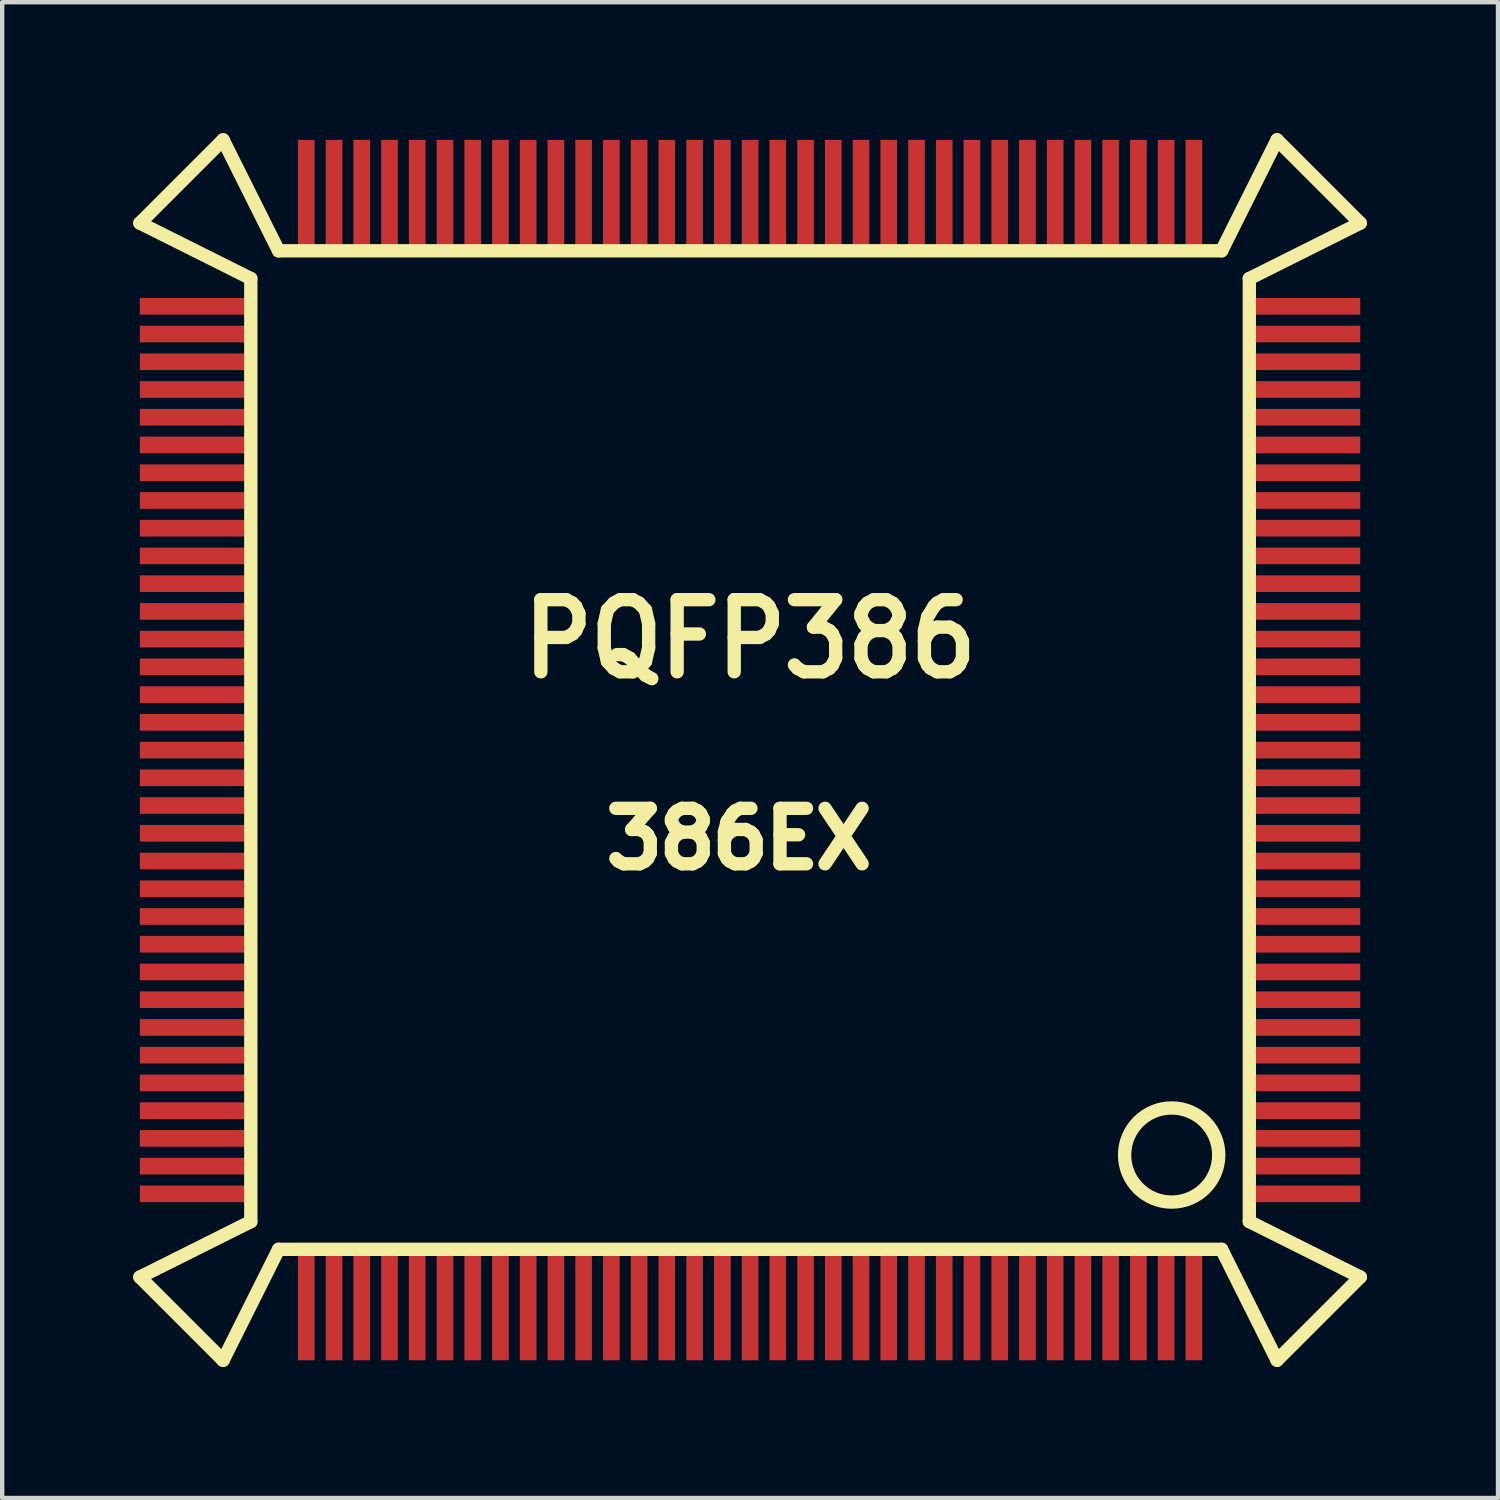
<source format=kicad_pcb>
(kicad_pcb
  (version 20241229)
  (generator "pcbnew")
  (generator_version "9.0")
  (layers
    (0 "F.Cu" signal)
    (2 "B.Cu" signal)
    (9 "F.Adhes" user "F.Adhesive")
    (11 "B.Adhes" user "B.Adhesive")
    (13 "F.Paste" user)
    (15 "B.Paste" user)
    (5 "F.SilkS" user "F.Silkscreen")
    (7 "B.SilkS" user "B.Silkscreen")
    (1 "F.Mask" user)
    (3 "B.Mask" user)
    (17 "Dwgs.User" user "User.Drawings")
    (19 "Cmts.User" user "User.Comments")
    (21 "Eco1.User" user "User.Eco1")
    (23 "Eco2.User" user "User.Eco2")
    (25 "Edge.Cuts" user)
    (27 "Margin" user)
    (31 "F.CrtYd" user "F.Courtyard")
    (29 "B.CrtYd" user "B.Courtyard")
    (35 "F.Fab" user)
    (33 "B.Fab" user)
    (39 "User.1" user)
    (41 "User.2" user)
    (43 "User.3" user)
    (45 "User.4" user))
  (footprint "PQFP386"
    (layer "F.Cu")
    (at 14.122 14.122)
    (property "Reference" "PQFP386" (at 0 -2.54 0) (layer "F.SilkS") (effects (font (size 1.651 1.524) (thickness 0.305))))
    (attr smd)
    (fp_line (start -13.97 -12.065) (end -11.43 -10.795) (stroke (width 0.305) (type solid)) (layer "F.SilkS"))
    (fp_line (start -13.97 12.065) (end -12.065 13.97) (stroke (width 0.305) (type solid)) (layer "F.SilkS"))
    (fp_line (start -12.065 -13.97) (end -13.97 -12.065) (stroke (width 0.305) (type solid)) (layer "F.SilkS"))
    (fp_line (start -12.065 13.97) (end -10.795 11.43) (stroke (width 0.305) (type solid)) (layer "F.SilkS"))
    (fp_line (start -11.43 -10.795) (end -11.43 10.795) (stroke (width 0.305) (type solid)) (layer "F.SilkS"))
    (fp_line (start -11.43 10.795) (end -13.97 12.065) (stroke (width 0.305) (type solid)) (layer "F.SilkS"))
    (fp_line (start -10.795 -11.43) (end -12.065 -13.97) (stroke (width 0.305) (type solid)) (layer "F.SilkS"))
    (fp_line (start -10.795 11.43) (end 10.795 11.43) (stroke (width 0.305) (type solid)) (layer "F.SilkS"))
    (fp_line (start 10.795 -11.43) (end -10.795 -11.43) (stroke (width 0.305) (type solid)) (layer "F.SilkS"))
    (fp_line (start 10.795 11.43) (end 12.065 13.97) (stroke (width 0.305) (type solid)) (layer "F.SilkS"))
    (fp_line (start 11.43 -10.795) (end 13.97 -12.065) (stroke (width 0.305) (type solid)) (layer "F.SilkS"))
    (fp_line (start 11.43 10.795) (end 11.43 -10.795) (stroke (width 0.305) (type solid)) (layer "F.SilkS"))
    (fp_line (start 12.065 -13.97) (end 10.795 -11.43) (stroke (width 0.305) (type solid)) (layer "F.SilkS"))
    (fp_line (start 12.065 13.97) (end 13.97 12.065) (stroke (width 0.305) (type solid)) (layer "F.SilkS"))
    (fp_line (start 13.97 -12.065) (end 12.065 -13.97) (stroke (width 0.305) (type solid)) (layer "F.SilkS"))
    (fp_line (start 13.97 12.065) (end 11.43 10.795) (stroke (width 0.305) (type solid)) (layer "F.SilkS"))
    (fp_circle (center 9.652 9.271) (end 10.414 10.033) (stroke (width 0.305) (type solid)) (fill no) (layer "F.SilkS"))
    (fp_text user "386EX" (at -0.254 2.032 0) (layer "F.SilkS") (effects (font (size 1.27 1.273) (thickness 0.305))))
    (pad "1" smd rect (at 12.7 10.16) (size 2.54 0.381) (layers "F.Cu" "F.Mask" "F.Paste"))
    (pad "2" smd rect (at 12.7 9.525) (size 2.54 0.381) (layers "F.Cu" "F.Mask" "F.Paste"))
    (pad "3" smd rect (at 12.7 8.89) (size 2.54 0.381) (layers "F.Cu" "F.Mask" "F.Paste"))
    (pad "4" smd rect (at 12.7 8.255) (size 2.54 0.381) (layers "F.Cu" "F.Mask" "F.Paste"))
    (pad "5" smd rect (at 12.7 7.62) (size 2.54 0.381) (layers "F.Cu" "F.Mask" "F.Paste"))
    (pad "6" smd rect (at 12.7 6.985) (size 2.54 0.381) (layers "F.Cu" "F.Mask" "F.Paste"))
    (pad "7" smd rect (at 12.7 6.35) (size 2.54 0.381) (layers "F.Cu" "F.Mask" "F.Paste"))
    (pad "8" smd rect (at 12.7 5.715) (size 2.54 0.381) (layers "F.Cu" "F.Mask" "F.Paste"))
    (pad "9" smd rect (at 12.7 5.08) (size 2.54 0.381) (layers "F.Cu" "F.Mask" "F.Paste"))
    (pad "10" smd rect (at 12.7 4.445) (size 2.54 0.381) (layers "F.Cu" "F.Mask" "F.Paste"))
    (pad "11" smd rect (at 12.7 3.81) (size 2.54 0.381) (layers "F.Cu" "F.Mask" "F.Paste"))
    (pad "12" smd rect (at 12.7 3.175) (size 2.54 0.381) (layers "F.Cu" "F.Mask" "F.Paste"))
    (pad "13" smd rect (at 12.7 2.54) (size 2.54 0.381) (layers "F.Cu" "F.Mask" "F.Paste"))
    (pad "14" smd rect (at 12.7 1.905) (size 2.54 0.381) (layers "F.Cu" "F.Mask" "F.Paste"))
    (pad "15" smd rect (at 12.7 1.27) (size 2.54 0.381) (layers "F.Cu" "F.Mask" "F.Paste"))
    (pad "16" smd rect (at 12.7 0.635) (size 2.54 0.381) (layers "F.Cu" "F.Mask" "F.Paste"))
    (pad "17" smd rect (at 12.7 0) (size 2.54 0.381) (layers "F.Cu" "F.Mask" "F.Paste"))
    (pad "18" smd rect (at 12.7 -0.635) (size 2.54 0.381) (layers "F.Cu" "F.Mask" "F.Paste"))
    (pad "19" smd rect (at 12.7 -1.27) (size 2.54 0.381) (layers "F.Cu" "F.Mask" "F.Paste"))
    (pad "20" smd rect (at 12.7 -1.905) (size 2.54 0.381) (layers "F.Cu" "F.Mask" "F.Paste"))
    (pad "21" smd rect (at 12.7 -2.54) (size 2.54 0.381) (layers "F.Cu" "F.Mask" "F.Paste"))
    (pad "22" smd rect (at 12.7 -3.175) (size 2.54 0.381) (layers "F.Cu" "F.Mask" "F.Paste"))
    (pad "23" smd rect (at 12.7 -3.81) (size 2.54 0.381) (layers "F.Cu" "F.Mask" "F.Paste"))
    (pad "24" smd rect (at 12.7 -4.445) (size 2.54 0.381) (layers "F.Cu" "F.Mask" "F.Paste"))
    (pad "25" smd rect (at 12.7 -5.08) (size 2.54 0.381) (layers "F.Cu" "F.Mask" "F.Paste"))
    (pad "26" smd rect (at 12.7 -5.715) (size 2.54 0.381) (layers "F.Cu" "F.Mask" "F.Paste"))
    (pad "27" smd rect (at 12.7 -6.35) (size 2.54 0.381) (layers "F.Cu" "F.Mask" "F.Paste"))
    (pad "28" smd rect (at 12.7 -6.985) (size 2.54 0.381) (layers "F.Cu" "F.Mask" "F.Paste"))
    (pad "29" smd rect (at 12.7 -7.62) (size 2.54 0.381) (layers "F.Cu" "F.Mask" "F.Paste"))
    (pad "30" smd rect (at 12.7 -8.255) (size 2.54 0.381) (layers "F.Cu" "F.Mask" "F.Paste"))
    (pad "31" smd rect (at 12.7 -8.89) (size 2.54 0.381) (layers "F.Cu" "F.Mask" "F.Paste"))
    (pad "32" smd rect (at 12.7 -9.525) (size 2.54 0.381) (layers "F.Cu" "F.Mask" "F.Paste"))
    (pad "33" smd rect (at 12.7 -10.16) (size 2.54 0.381) (layers "F.Cu" "F.Mask" "F.Paste"))
    (pad "34" smd rect (at 10.16 -12.7) (size 0.381 2.54) (layers "F.Cu" "F.Mask" "F.Paste"))
    (pad "35" smd rect (at 9.525 -12.7) (size 0.381 2.54) (layers "F.Cu" "F.Mask" "F.Paste"))
    (pad "36" smd rect (at 8.89 -12.7) (size 0.381 2.54) (layers "F.Cu" "F.Mask" "F.Paste"))
    (pad "37" smd rect (at 8.255 -12.7) (size 0.381 2.54) (layers "F.Cu" "F.Mask" "F.Paste"))
    (pad "38" smd rect (at 7.62 -12.7) (size 0.381 2.54) (layers "F.Cu" "F.Mask" "F.Paste"))
    (pad "39" smd rect (at 6.985 -12.7) (size 0.381 2.54) (layers "F.Cu" "F.Mask" "F.Paste"))
    (pad "40" smd rect (at 6.35 -12.7) (size 0.381 2.54) (layers "F.Cu" "F.Mask" "F.Paste"))
    (pad "41" smd rect (at 5.715 -12.7) (size 0.381 2.54) (layers "F.Cu" "F.Mask" "F.Paste"))
    (pad "42" smd rect (at 5.08 -12.7) (size 0.381 2.54) (layers "F.Cu" "F.Mask" "F.Paste"))
    (pad "43" smd rect (at 4.445 -12.7) (size 0.381 2.54) (layers "F.Cu" "F.Mask" "F.Paste"))
    (pad "44" smd rect (at 3.81 -12.7) (size 0.381 2.54) (layers "F.Cu" "F.Mask" "F.Paste"))
    (pad "45" smd rect (at 3.175 -12.7) (size 0.381 2.54) (layers "F.Cu" "F.Mask" "F.Paste"))
    (pad "46" smd rect (at 2.54 -12.7) (size 0.381 2.54) (layers "F.Cu" "F.Mask" "F.Paste"))
    (pad "47" smd rect (at 1.905 -12.7) (size 0.381 2.54) (layers "F.Cu" "F.Mask" "F.Paste"))
    (pad "48" smd rect (at 1.27 -12.7) (size 0.381 2.54) (layers "F.Cu" "F.Mask" "F.Paste"))
    (pad "49" smd rect (at 0.635 -12.7) (size 0.381 2.54) (layers "F.Cu" "F.Mask" "F.Paste"))
    (pad "50" smd rect (at 0 -12.7) (size 0.381 2.54) (layers "F.Cu" "F.Mask" "F.Paste"))
    (pad "51" smd rect (at -0.635 -12.7) (size 0.381 2.54) (layers "F.Cu" "F.Mask" "F.Paste"))
    (pad "52" smd rect (at -1.27 -12.7) (size 0.381 2.54) (layers "F.Cu" "F.Mask" "F.Paste"))
    (pad "53" smd rect (at -1.905 -12.7) (size 0.381 2.54) (layers "F.Cu" "F.Mask" "F.Paste"))
    (pad "54" smd rect (at -2.54 -12.7) (size 0.381 2.54) (layers "F.Cu" "F.Mask" "F.Paste"))
    (pad "55" smd rect (at -3.175 -12.7) (size 0.381 2.54) (layers "F.Cu" "F.Mask" "F.Paste"))
    (pad "56" smd rect (at -3.81 -12.7) (size 0.381 2.54) (layers "F.Cu" "F.Mask" "F.Paste"))
    (pad "57" smd rect (at -4.445 -12.7) (size 0.381 2.54) (layers "F.Cu" "F.Mask" "F.Paste"))
    (pad "58" smd rect (at -5.08 -12.7) (size 0.381 2.54) (layers "F.Cu" "F.Mask" "F.Paste"))
    (pad "59" smd rect (at -5.715 -12.7) (size 0.381 2.54) (layers "F.Cu" "F.Mask" "F.Paste"))
    (pad "60" smd rect (at -6.35 -12.7) (size 0.381 2.54) (layers "F.Cu" "F.Mask" "F.Paste"))
    (pad "61" smd rect (at -6.985 -12.7) (size 0.381 2.54) (layers "F.Cu" "F.Mask" "F.Paste"))
    (pad "62" smd rect (at -7.62 -12.7) (size 0.381 2.54) (layers "F.Cu" "F.Mask" "F.Paste"))
    (pad "63" smd rect (at -8.255 -12.7) (size 0.381 2.54) (layers "F.Cu" "F.Mask" "F.Paste"))
    (pad "64" smd rect (at -8.89 -12.7) (size 0.381 2.54) (layers "F.Cu" "F.Mask" "F.Paste"))
    (pad "65" smd rect (at -9.525 -12.7) (size 0.381 2.54) (layers "F.Cu" "F.Mask" "F.Paste"))
    (pad "66" smd rect (at -10.16 -12.7) (size 0.381 2.54) (layers "F.Cu" "F.Mask" "F.Paste"))
    (pad "67" smd rect (at -12.7 -10.16) (size 2.54 0.381) (layers "F.Cu" "F.Mask" "F.Paste"))
    (pad "68" smd rect (at -12.7 -9.525) (size 2.54 0.381) (layers "F.Cu" "F.Mask" "F.Paste"))
    (pad "69" smd rect (at -12.7 -8.89) (size 2.54 0.381) (layers "F.Cu" "F.Mask" "F.Paste"))
    (pad "70" smd rect (at -12.7 -8.255) (size 2.54 0.381) (layers "F.Cu" "F.Mask" "F.Paste"))
    (pad "71" smd rect (at -12.7 -7.62) (size 2.54 0.381) (layers "F.Cu" "F.Mask" "F.Paste"))
    (pad "72" smd rect (at -12.7 -6.985) (size 2.54 0.381) (layers "F.Cu" "F.Mask" "F.Paste"))
    (pad "73" smd rect (at -12.7 -6.35) (size 2.54 0.381) (layers "F.Cu" "F.Mask" "F.Paste"))
    (pad "74" smd rect (at -12.7 -5.715) (size 2.54 0.381) (layers "F.Cu" "F.Mask" "F.Paste"))
    (pad "75" smd rect (at -12.7 -5.08) (size 2.54 0.381) (layers "F.Cu" "F.Mask" "F.Paste"))
    (pad "76" smd rect (at -12.7 -4.445) (size 2.54 0.381) (layers "F.Cu" "F.Mask" "F.Paste"))
    (pad "77" smd rect (at -12.7 -3.81) (size 2.54 0.381) (layers "F.Cu" "F.Mask" "F.Paste"))
    (pad "78" smd rect (at -12.7 -3.175) (size 2.54 0.381) (layers "F.Cu" "F.Mask" "F.Paste"))
    (pad "79" smd rect (at -12.7 -2.54) (size 2.54 0.381) (layers "F.Cu" "F.Mask" "F.Paste"))
    (pad "80" smd rect (at -12.7 -1.905) (size 2.54 0.381) (layers "F.Cu" "F.Mask" "F.Paste"))
    (pad "81" smd rect (at -12.7 -1.27) (size 2.54 0.381) (layers "F.Cu" "F.Mask" "F.Paste"))
    (pad "82" smd rect (at -12.7 -0.635) (size 2.54 0.381) (layers "F.Cu" "F.Mask" "F.Paste"))
    (pad "83" smd rect (at -12.7 0) (size 2.54 0.381) (layers "F.Cu" "F.Mask" "F.Paste"))
    (pad "84" smd rect (at -12.7 0.635) (size 2.54 0.381) (layers "F.Cu" "F.Mask" "F.Paste"))
    (pad "85" smd rect (at -12.7 1.27) (size 2.54 0.381) (layers "F.Cu" "F.Mask" "F.Paste"))
    (pad "86" smd rect (at -12.7 1.905) (size 2.54 0.381) (layers "F.Cu" "F.Mask" "F.Paste"))
    (pad "87" smd rect (at -12.7 2.54) (size 2.54 0.381) (layers "F.Cu" "F.Mask" "F.Paste"))
    (pad "88" smd rect (at -12.7 3.175) (size 2.54 0.381) (layers "F.Cu" "F.Mask" "F.Paste"))
    (pad "89" smd rect (at -12.7 3.81) (size 2.54 0.381) (layers "F.Cu" "F.Mask" "F.Paste"))
    (pad "90" smd rect (at -12.7 4.445) (size 2.54 0.381) (layers "F.Cu" "F.Mask" "F.Paste"))
    (pad "91" smd rect (at -12.7 5.08) (size 2.54 0.381) (layers "F.Cu" "F.Mask" "F.Paste"))
    (pad "92" smd rect (at -12.7 5.715) (size 2.54 0.381) (layers "F.Cu" "F.Mask" "F.Paste"))
    (pad "93" smd rect (at -12.7 6.35) (size 2.54 0.381) (layers "F.Cu" "F.Mask" "F.Paste"))
    (pad "94" smd rect (at -12.7 6.985) (size 2.54 0.381) (layers "F.Cu" "F.Mask" "F.Paste"))
    (pad "95" smd rect (at -12.7 7.62) (size 2.54 0.381) (layers "F.Cu" "F.Mask" "F.Paste"))
    (pad "96" smd rect (at -12.7 8.255) (size 2.54 0.381) (layers "F.Cu" "F.Mask" "F.Paste"))
    (pad "97" smd rect (at -12.7 8.89) (size 2.54 0.381) (layers "F.Cu" "F.Mask" "F.Paste"))
    (pad "98" smd rect (at -12.7 9.525) (size 2.54 0.381) (layers "F.Cu" "F.Mask" "F.Paste"))
    (pad "99" smd rect (at -12.7 10.16) (size 2.54 0.381) (layers "F.Cu" "F.Mask" "F.Paste"))
    (pad "100" smd rect (at -10.16 12.7) (size 0.381 2.54) (layers "F.Cu" "F.Mask" "F.Paste"))
    (pad "101" smd rect (at -9.525 12.7) (size 0.381 2.54) (layers "F.Cu" "F.Mask" "F.Paste"))
    (pad "102" smd rect (at -8.89 12.7) (size 0.381 2.54) (layers "F.Cu" "F.Mask" "F.Paste"))
    (pad "103" smd rect (at -8.255 12.7) (size 0.381 2.54) (layers "F.Cu" "F.Mask" "F.Paste"))
    (pad "104" smd rect (at -7.62 12.7) (size 0.381 2.54) (layers "F.Cu" "F.Mask" "F.Paste"))
    (pad "105" smd rect (at -6.985 12.7) (size 0.381 2.54) (layers "F.Cu" "F.Mask" "F.Paste"))
    (pad "106" smd rect (at -6.35 12.7) (size 0.381 2.54) (layers "F.Cu" "F.Mask" "F.Paste"))
    (pad "107" smd rect (at -5.715 12.7) (size 0.381 2.54) (layers "F.Cu" "F.Mask" "F.Paste"))
    (pad "108" smd rect (at -5.08 12.7) (size 0.381 2.54) (layers "F.Cu" "F.Mask" "F.Paste"))
    (pad "109" smd rect (at -4.445 12.7) (size 0.381 2.54) (layers "F.Cu" "F.Mask" "F.Paste"))
    (pad "110" smd rect (at -3.81 12.7) (size 0.381 2.54) (layers "F.Cu" "F.Mask" "F.Paste"))
    (pad "111" smd rect (at -3.175 12.7) (size 0.381 2.54) (layers "F.Cu" "F.Mask" "F.Paste"))
    (pad "112" smd rect (at -2.54 12.7) (size 0.381 2.54) (layers "F.Cu" "F.Mask" "F.Paste"))
    (pad "113" smd rect (at -1.905 12.7) (size 0.381 2.54) (layers "F.Cu" "F.Mask" "F.Paste"))
    (pad "114" smd rect (at -1.27 12.7) (size 0.381 2.54) (layers "F.Cu" "F.Mask" "F.Paste"))
    (pad "115" smd rect (at -0.635 12.7) (size 0.381 2.54) (layers "F.Cu" "F.Mask" "F.Paste"))
    (pad "116" smd rect (at 0 12.7) (size 0.381 2.54) (layers "F.Cu" "F.Mask" "F.Paste"))
    (pad "117" smd rect (at 0.635 12.7) (size 0.381 2.54) (layers "F.Cu" "F.Mask" "F.Paste"))
    (pad "118" smd rect (at 1.27 12.7) (size 0.381 2.54) (layers "F.Cu" "F.Mask" "F.Paste"))
    (pad "119" smd rect (at 1.905 12.7) (size 0.381 2.54) (layers "F.Cu" "F.Mask" "F.Paste"))
    (pad "120" smd rect (at 2.54 12.7) (size 0.381 2.54) (layers "F.Cu" "F.Mask" "F.Paste"))
    (pad "121" smd rect (at 3.175 12.7) (size 0.381 2.54) (layers "F.Cu" "F.Mask" "F.Paste"))
    (pad "122" smd rect (at 3.81 12.7) (size 0.381 2.54) (layers "F.Cu" "F.Mask" "F.Paste"))
    (pad "123" smd rect (at 4.445 12.7) (size 0.381 2.54) (layers "F.Cu" "F.Mask" "F.Paste"))
    (pad "124" smd rect (at 5.08 12.7) (size 0.381 2.54) (layers "F.Cu" "F.Mask" "F.Paste"))
    (pad "125" smd rect (at 5.715 12.7) (size 0.381 2.54) (layers "F.Cu" "F.Mask" "F.Paste"))
    (pad "126" smd rect (at 6.35 12.7) (size 0.381 2.54) (layers "F.Cu" "F.Mask" "F.Paste"))
    (pad "127" smd rect (at 6.985 12.7) (size 0.381 2.54) (layers "F.Cu" "F.Mask" "F.Paste"))
    (pad "128" smd rect (at 7.62 12.7) (size 0.381 2.54) (layers "F.Cu" "F.Mask" "F.Paste"))
    (pad "129" smd rect (at 8.255 12.7) (size 0.381 2.54) (layers "F.Cu" "F.Mask" "F.Paste"))
    (pad "130" smd rect (at 8.89 12.7) (size 0.381 2.54) (layers "F.Cu" "F.Mask" "F.Paste"))
    (pad "131" smd rect (at 9.525 12.7) (size 0.381 2.54) (layers "F.Cu" "F.Mask" "F.Paste"))
    (pad "132" smd rect (at 10.16 12.7) (size 0.381 2.54) (layers "F.Cu" "F.Mask" "F.Paste")))
  (gr_rect
    (start -3 -3)
    (end 31.245 31.245)
    (stroke (width 0.1) (type default))
    (fill no)
    (layer "Edge.Cuts")))
</source>
